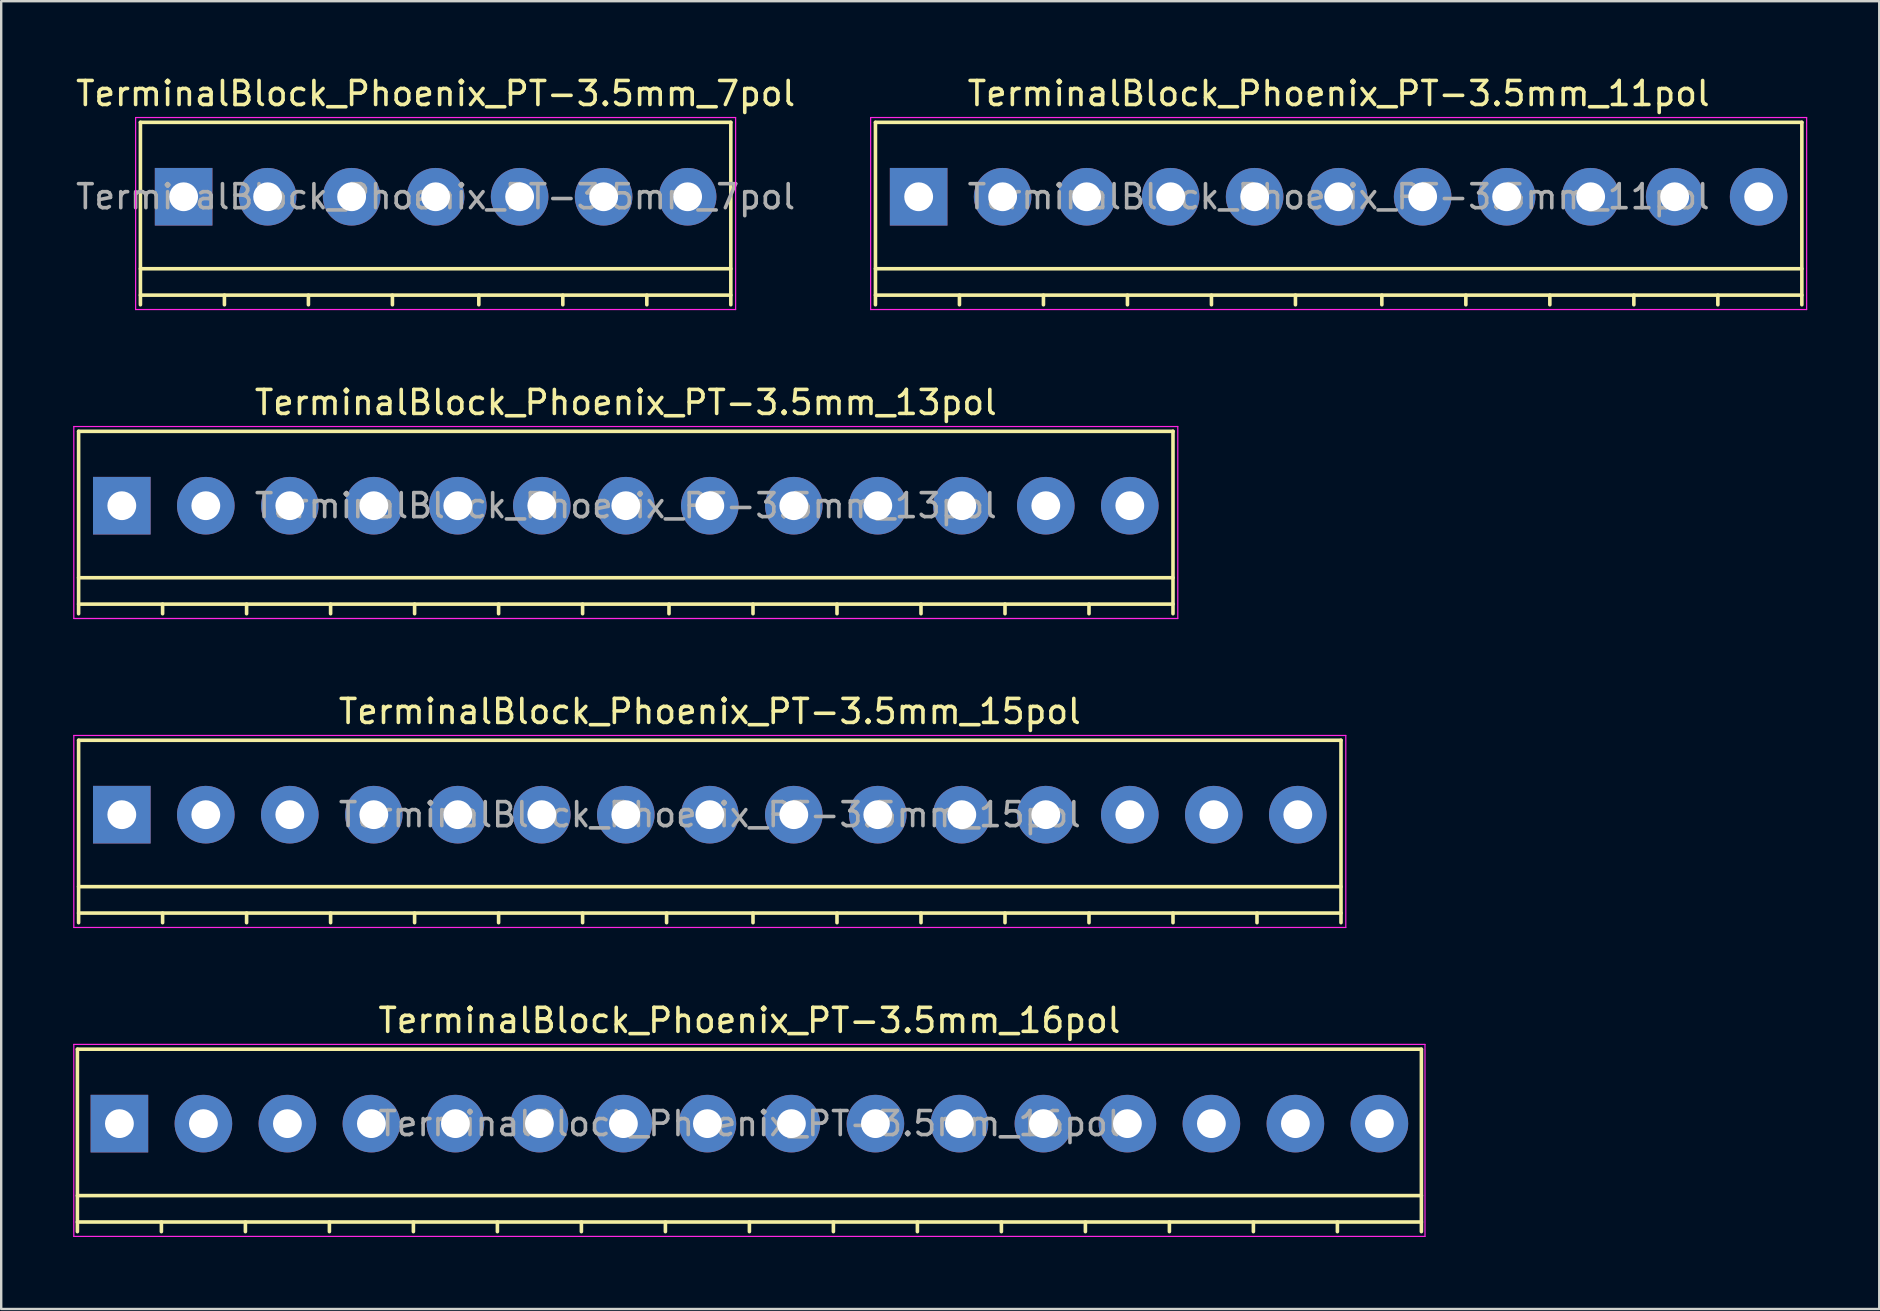
<source format=kicad_pcb>
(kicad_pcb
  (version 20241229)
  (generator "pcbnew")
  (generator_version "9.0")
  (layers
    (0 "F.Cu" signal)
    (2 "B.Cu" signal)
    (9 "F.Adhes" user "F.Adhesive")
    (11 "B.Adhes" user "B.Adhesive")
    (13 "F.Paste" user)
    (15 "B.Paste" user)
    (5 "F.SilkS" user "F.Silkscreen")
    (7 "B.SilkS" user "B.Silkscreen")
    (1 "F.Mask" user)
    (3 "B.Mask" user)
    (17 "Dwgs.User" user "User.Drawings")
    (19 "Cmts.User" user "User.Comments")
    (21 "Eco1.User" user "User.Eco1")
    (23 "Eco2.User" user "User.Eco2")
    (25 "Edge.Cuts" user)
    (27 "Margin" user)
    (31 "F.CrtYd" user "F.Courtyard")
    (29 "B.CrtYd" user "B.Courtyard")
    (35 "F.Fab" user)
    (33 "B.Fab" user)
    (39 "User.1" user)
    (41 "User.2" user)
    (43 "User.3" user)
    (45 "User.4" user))
  (footprint "TerminalBlock_Phoenix_PT-3.5mm_13pol"
    (layer "F.Cu")
    (at 2.025 18.021)
    (property "Reference" "TerminalBlock_Phoenix_PT-3.5mm_13pol" (at 21 -4.3 0) (layer "F.SilkS") (effects (font (size 1 1) (thickness 0.15))))
    (attr through_hole)
    (fp_line (start -1.8 -3.1) (end -1.8 4.5) (stroke (width 0.15) (type solid)) (layer "F.SilkS"))
    (fp_line (start -1.8 3) (end 43.8 3) (stroke (width 0.15) (type solid)) (layer "F.SilkS"))
    (fp_line (start -1.8 4.1) (end 43.8 4.1) (stroke (width 0.15) (type solid)) (layer "F.SilkS"))
    (fp_line (start 1.7 4.1) (end 1.7 4.5) (stroke (width 0.15) (type solid)) (layer "F.SilkS"))
    (fp_line (start 5.2 4.1) (end 5.2 4.5) (stroke (width 0.15) (type solid)) (layer "F.SilkS"))
    (fp_line (start 8.7 4.1) (end 8.7 4.5) (stroke (width 0.15) (type solid)) (layer "F.SilkS"))
    (fp_line (start 12.2 4.1) (end 12.2 4.5) (stroke (width 0.15) (type solid)) (layer "F.SilkS"))
    (fp_line (start 15.7 4.1) (end 15.7 4.5) (stroke (width 0.15) (type solid)) (layer "F.SilkS"))
    (fp_line (start 19.2 4.1) (end 19.2 4.5) (stroke (width 0.15) (type solid)) (layer "F.SilkS"))
    (fp_line (start 22.8 4.1) (end 22.8 4.5) (stroke (width 0.15) (type solid)) (layer "F.SilkS"))
    (fp_line (start 26.3 4.1) (end 26.3 4.5) (stroke (width 0.15) (type solid)) (layer "F.SilkS"))
    (fp_line (start 29.8 4.1) (end 29.8 4.5) (stroke (width 0.15) (type solid)) (layer "F.SilkS"))
    (fp_line (start 33.3 4.1) (end 33.3 4.5) (stroke (width 0.15) (type solid)) (layer "F.SilkS"))
    (fp_line (start 36.8 4.1) (end 36.8 4.5) (stroke (width 0.15) (type solid)) (layer "F.SilkS"))
    (fp_line (start 40.3 4.1) (end 40.3 4.5) (stroke (width 0.15) (type solid)) (layer "F.SilkS"))
    (fp_line (start 43.8 -3.1) (end -1.8 -3.1) (stroke (width 0.15) (type solid)) (layer "F.SilkS"))
    (fp_line (start 43.8 4.5) (end 43.8 -3.1) (stroke (width 0.15) (type solid)) (layer "F.SilkS"))
    (fp_line (start -2 -3.3) (end 44 -3.3) (stroke (width 0.05) (type solid)) (layer "F.CrtYd"))
    (fp_line (start -2 4.7) (end -2 -3.3) (stroke (width 0.05) (type solid)) (layer "F.CrtYd"))
    (fp_line (start 44 -3.3) (end 44 4.7) (stroke (width 0.05) (type solid)) (layer "F.CrtYd"))
    (fp_line (start 44 4.7) (end -2 4.7) (stroke (width 0.05) (type solid)) (layer "F.CrtYd"))
    (fp_text user "${REFERENCE}" (at 21 0 0) (layer "F.Fab") (effects (font (size 1 1) (thickness 0.15))))
    (pad "1" thru_hole rect (at 0 0 180) (size 2.4 2.4) (drill 1.2) (layers "*.Cu" "*.Mask"))
    (pad "2" thru_hole circle (at 3.5 0 180) (size 2.4 2.4) (drill 1.2) (layers "*.Cu" "*.Mask"))
    (pad "3" thru_hole circle (at 7 0 180) (size 2.4 2.4) (drill 1.2) (layers "*.Cu" "*.Mask"))
    (pad "4" thru_hole circle (at 10.5 0 180) (size 2.4 2.4) (drill 1.2) (layers "*.Cu" "*.Mask"))
    (pad "5" thru_hole circle (at 14 0 180) (size 2.4 2.4) (drill 1.2) (layers "*.Cu" "*.Mask"))
    (pad "6" thru_hole circle (at 17.5 0 180) (size 2.4 2.4) (drill 1.2) (layers "*.Cu" "*.Mask"))
    (pad "7" thru_hole circle (at 21 0 180) (size 2.4 2.4) (drill 1.2) (layers "*.Cu" "*.Mask"))
    (pad "8" thru_hole circle (at 24.5 0 180) (size 2.4 2.4) (drill 1.2) (layers "*.Cu" "*.Mask"))
    (pad "9" thru_hole circle (at 28 0 180) (size 2.4 2.4) (drill 1.2) (layers "*.Cu" "*.Mask"))
    (pad "10" thru_hole circle (at 31.5 0 180) (size 2.4 2.4) (drill 1.2) (layers "*.Cu" "*.Mask"))
    (pad "11" thru_hole circle (at 35 0 180) (size 2.4 2.4) (drill 1.2) (layers "*.Cu" "*.Mask"))
    (pad "12" thru_hole circle (at 38.5 0 180) (size 2.4 2.4) (drill 1.2) (layers "*.Cu" "*.Mask"))
    (pad "13" thru_hole circle (at 42 0 180) (size 2.4 2.4) (drill 1.2) (layers "*.Cu" "*.Mask")))
  (footprint "TerminalBlock_Phoenix_PT-3.5mm_15pol"
    (layer "F.Cu")
    (at 2.025 30.895)
    (property "Reference" "TerminalBlock_Phoenix_PT-3.5mm_15pol" (at 24.5 -4.3 0) (layer "F.SilkS") (effects (font (size 1 1) (thickness 0.15))))
    (attr through_hole)
    (fp_line (start -1.8 -3.1) (end -1.8 4.5) (stroke (width 0.15) (type solid)) (layer "F.SilkS"))
    (fp_line (start -1.8 3) (end 50.8 3) (stroke (width 0.15) (type solid)) (layer "F.SilkS"))
    (fp_line (start -1.8 4.1) (end 50.8 4.1) (stroke (width 0.15) (type solid)) (layer "F.SilkS"))
    (fp_line (start 1.7 4.1) (end 1.7 4.5) (stroke (width 0.15) (type solid)) (layer "F.SilkS"))
    (fp_line (start 5.2 4.1) (end 5.2 4.5) (stroke (width 0.15) (type solid)) (layer "F.SilkS"))
    (fp_line (start 8.7 4.1) (end 8.7 4.5) (stroke (width 0.15) (type solid)) (layer "F.SilkS"))
    (fp_line (start 12.2 4.1) (end 12.2 4.5) (stroke (width 0.15) (type solid)) (layer "F.SilkS"))
    (fp_line (start 15.7 4.1) (end 15.7 4.5) (stroke (width 0.15) (type solid)) (layer "F.SilkS"))
    (fp_line (start 19.2 4.1) (end 19.2 4.5) (stroke (width 0.15) (type solid)) (layer "F.SilkS"))
    (fp_line (start 22.7 4.1) (end 22.7 4.5) (stroke (width 0.15) (type solid)) (layer "F.SilkS"))
    (fp_line (start 26.3 4.1) (end 26.3 4.5) (stroke (width 0.15) (type solid)) (layer "F.SilkS"))
    (fp_line (start 29.8 4.1) (end 29.8 4.5) (stroke (width 0.15) (type solid)) (layer "F.SilkS"))
    (fp_line (start 33.3 4.1) (end 33.3 4.5) (stroke (width 0.15) (type solid)) (layer "F.SilkS"))
    (fp_line (start 36.8 4.1) (end 36.8 4.5) (stroke (width 0.15) (type solid)) (layer "F.SilkS"))
    (fp_line (start 40.3 4.1) (end 40.3 4.5) (stroke (width 0.15) (type solid)) (layer "F.SilkS"))
    (fp_line (start 43.8 4.1) (end 43.8 4.5) (stroke (width 0.15) (type solid)) (layer "F.SilkS"))
    (fp_line (start 47.3 4.1) (end 47.3 4.5) (stroke (width 0.15) (type solid)) (layer "F.SilkS"))
    (fp_line (start 50.8 -3.1) (end -1.8 -3.1) (stroke (width 0.15) (type solid)) (layer "F.SilkS"))
    (fp_line (start 50.8 4.5) (end 50.8 -3.1) (stroke (width 0.15) (type solid)) (layer "F.SilkS"))
    (fp_line (start -2 -3.3) (end 51 -3.3) (stroke (width 0.05) (type solid)) (layer "F.CrtYd"))
    (fp_line (start -2 4.7) (end -2 -3.3) (stroke (width 0.05) (type solid)) (layer "F.CrtYd"))
    (fp_line (start 51 -3.3) (end 51 4.7) (stroke (width 0.05) (type solid)) (layer "F.CrtYd"))
    (fp_line (start 51 4.7) (end -2 4.7) (stroke (width 0.05) (type solid)) (layer "F.CrtYd"))
    (fp_text user "${REFERENCE}" (at 24.5 0 0) (layer "F.Fab") (effects (font (size 1 1) (thickness 0.15))))
    (pad "1" thru_hole rect (at 0 0 180) (size 2.4 2.4) (drill 1.2) (layers "*.Cu" "*.Mask"))
    (pad "2" thru_hole circle (at 3.5 0 180) (size 2.4 2.4) (drill 1.2) (layers "*.Cu" "*.Mask"))
    (pad "3" thru_hole circle (at 7 0 180) (size 2.4 2.4) (drill 1.2) (layers "*.Cu" "*.Mask"))
    (pad "4" thru_hole circle (at 10.5 0 180) (size 2.4 2.4) (drill 1.2) (layers "*.Cu" "*.Mask"))
    (pad "5" thru_hole circle (at 14 0 180) (size 2.4 2.4) (drill 1.2) (layers "*.Cu" "*.Mask"))
    (pad "6" thru_hole circle (at 17.5 0 180) (size 2.4 2.4) (drill 1.2) (layers "*.Cu" "*.Mask"))
    (pad "7" thru_hole circle (at 21 0 180) (size 2.4 2.4) (drill 1.2) (layers "*.Cu" "*.Mask"))
    (pad "8" thru_hole circle (at 24.5 0 180) (size 2.4 2.4) (drill 1.2) (layers "*.Cu" "*.Mask"))
    (pad "9" thru_hole circle (at 28 0 180) (size 2.4 2.4) (drill 1.2) (layers "*.Cu" "*.Mask"))
    (pad "10" thru_hole circle (at 31.5 0 180) (size 2.4 2.4) (drill 1.2) (layers "*.Cu" "*.Mask"))
    (pad "11" thru_hole circle (at 35 0 180) (size 2.4 2.4) (drill 1.2) (layers "*.Cu" "*.Mask"))
    (pad "12" thru_hole circle (at 38.5 0 180) (size 2.4 2.4) (drill 1.2) (layers "*.Cu" "*.Mask"))
    (pad "13" thru_hole circle (at 42 0 180) (size 2.4 2.4) (drill 1.2) (layers "*.Cu" "*.Mask"))
    (pad "14" thru_hole circle (at 45.5 0 180) (size 2.4 2.4) (drill 1.2) (layers "*.Cu" "*.Mask"))
    (pad "15" thru_hole circle (at 49 0 180) (size 2.4 2.4) (drill 1.2) (layers "*.Cu" "*.Mask")))
  (footprint "TerminalBlock_Phoenix_PT-3.5mm_11pol"
    (layer "F.Cu")
    (at 35.227 5.148)
    (property "Reference" "TerminalBlock_Phoenix_PT-3.5mm_11pol" (at 17.5 -4.3 0) (layer "F.SilkS") (effects (font (size 1 1) (thickness 0.15))))
    (attr through_hole)
    (fp_line (start -1.8 -3.1) (end -1.8 4.5) (stroke (width 0.15) (type solid)) (layer "F.SilkS"))
    (fp_line (start -1.8 3) (end 36.8 3) (stroke (width 0.15) (type solid)) (layer "F.SilkS"))
    (fp_line (start -1.8 4.1) (end 36.8 4.1) (stroke (width 0.15) (type solid)) (layer "F.SilkS"))
    (fp_line (start 1.7 4.1) (end 1.7 4.5) (stroke (width 0.15) (type solid)) (layer "F.SilkS"))
    (fp_line (start 5.2 4.1) (end 5.2 4.5) (stroke (width 0.15) (type solid)) (layer "F.SilkS"))
    (fp_line (start 8.7 4.1) (end 8.7 4.5) (stroke (width 0.15) (type solid)) (layer "F.SilkS"))
    (fp_line (start 12.2 4.1) (end 12.2 4.5) (stroke (width 0.15) (type solid)) (layer "F.SilkS"))
    (fp_line (start 15.7 4.1) (end 15.7 4.5) (stroke (width 0.15) (type solid)) (layer "F.SilkS"))
    (fp_line (start 19.3 4.1) (end 19.3 4.5) (stroke (width 0.15) (type solid)) (layer "F.SilkS"))
    (fp_line (start 22.8 4.1) (end 22.8 4.5) (stroke (width 0.15) (type solid)) (layer "F.SilkS"))
    (fp_line (start 26.3 4.1) (end 26.3 4.5) (stroke (width 0.15) (type solid)) (layer "F.SilkS"))
    (fp_line (start 29.8 4.1) (end 29.8 4.5) (stroke (width 0.15) (type solid)) (layer "F.SilkS"))
    (fp_line (start 33.3 4.1) (end 33.3 4.5) (stroke (width 0.15) (type solid)) (layer "F.SilkS"))
    (fp_line (start 36.8 -3.1) (end -1.8 -3.1) (stroke (width 0.15) (type solid)) (layer "F.SilkS"))
    (fp_line (start 36.8 4.5) (end 36.8 -3.1) (stroke (width 0.15) (type solid)) (layer "F.SilkS"))
    (fp_line (start -2 -3.3) (end 37 -3.3) (stroke (width 0.05) (type solid)) (layer "F.CrtYd"))
    (fp_line (start -2 4.7) (end -2 -3.3) (stroke (width 0.05) (type solid)) (layer "F.CrtYd"))
    (fp_line (start 37 -3.3) (end 37 4.7) (stroke (width 0.05) (type solid)) (layer "F.CrtYd"))
    (fp_line (start 37 4.7) (end -2 4.7) (stroke (width 0.05) (type solid)) (layer "F.CrtYd"))
    (fp_text user "${REFERENCE}" (at 17.5 0 0) (layer "F.Fab") (effects (font (size 1 1) (thickness 0.15))))
    (pad "1" thru_hole rect (at 0 0 180) (size 2.4 2.4) (drill 1.2) (layers "*.Cu" "*.Mask"))
    (pad "2" thru_hole circle (at 3.5 0 180) (size 2.4 2.4) (drill 1.2) (layers "*.Cu" "*.Mask"))
    (pad "3" thru_hole circle (at 7 0 180) (size 2.4 2.4) (drill 1.2) (layers "*.Cu" "*.Mask"))
    (pad "4" thru_hole circle (at 10.5 0 180) (size 2.4 2.4) (drill 1.2) (layers "*.Cu" "*.Mask"))
    (pad "5" thru_hole circle (at 14 0 180) (size 2.4 2.4) (drill 1.2) (layers "*.Cu" "*.Mask"))
    (pad "6" thru_hole circle (at 17.5 0 180) (size 2.4 2.4) (drill 1.2) (layers "*.Cu" "*.Mask"))
    (pad "7" thru_hole circle (at 21 0 180) (size 2.4 2.4) (drill 1.2) (layers "*.Cu" "*.Mask"))
    (pad "8" thru_hole circle (at 24.5 0 180) (size 2.4 2.4) (drill 1.2) (layers "*.Cu" "*.Mask"))
    (pad "9" thru_hole circle (at 28 0 180) (size 2.4 2.4) (drill 1.2) (layers "*.Cu" "*.Mask"))
    (pad "10" thru_hole circle (at 31.5 0 180) (size 2.4 2.4) (drill 1.2) (layers "*.Cu" "*.Mask"))
    (pad "11" thru_hole circle (at 35 0 180) (size 2.4 2.4) (drill 1.2) (layers "*.Cu" "*.Mask")))
  (footprint "TerminalBlock_Phoenix_PT-3.5mm_7pol"
    (layer "F.Cu")
    (at 4.601 5.148)
    (property "Reference" "TerminalBlock_Phoenix_PT-3.5mm_7pol" (at 10.5 -4.3 0) (layer "F.SilkS") (effects (font (size 1 1) (thickness 0.15))))
    (attr through_hole)
    (fp_line (start -1.8 -3.1) (end -1.8 4.5) (stroke (width 0.15) (type solid)) (layer "F.SilkS"))
    (fp_line (start -1.8 3) (end 22.8 3) (stroke (width 0.15) (type solid)) (layer "F.SilkS"))
    (fp_line (start -1.8 4.1) (end 22.8 4.1) (stroke (width 0.15) (type solid)) (layer "F.SilkS"))
    (fp_line (start 1.7 4.1) (end 1.7 4.5) (stroke (width 0.15) (type solid)) (layer "F.SilkS"))
    (fp_line (start 5.2 4.1) (end 5.2 4.5) (stroke (width 0.15) (type solid)) (layer "F.SilkS"))
    (fp_line (start 8.7 4.1) (end 8.7 4.5) (stroke (width 0.15) (type solid)) (layer "F.SilkS"))
    (fp_line (start 12.3 4.1) (end 12.3 4.5) (stroke (width 0.15) (type solid)) (layer "F.SilkS"))
    (fp_line (start 15.8 4.1) (end 15.8 4.5) (stroke (width 0.15) (type solid)) (layer "F.SilkS"))
    (fp_line (start 19.3 4.1) (end 19.3 4.5) (stroke (width 0.15) (type solid)) (layer "F.SilkS"))
    (fp_line (start 22.8 -3.1) (end -1.8 -3.1) (stroke (width 0.15) (type solid)) (layer "F.SilkS"))
    (fp_line (start 22.8 4.5) (end 22.8 -3.1) (stroke (width 0.15) (type solid)) (layer "F.SilkS"))
    (fp_line (start -2 -3.3) (end 23 -3.3) (stroke (width 0.05) (type solid)) (layer "F.CrtYd"))
    (fp_line (start -2 4.7) (end -2 -3.3) (stroke (width 0.05) (type solid)) (layer "F.CrtYd"))
    (fp_line (start 23 -3.3) (end 23 4.7) (stroke (width 0.05) (type solid)) (layer "F.CrtYd"))
    (fp_line (start 23 4.7) (end -2 4.7) (stroke (width 0.05) (type solid)) (layer "F.CrtYd"))
    (fp_text user "${REFERENCE}" (at 10.5 0 0) (layer "F.Fab") (effects (font (size 1 1) (thickness 0.15))))
    (pad "1" thru_hole rect (at 0 0) (size 2.4 2.4) (drill 1.2) (layers "*.Cu" "*.Mask"))
    (pad "2" thru_hole circle (at 3.5 0) (size 2.4 2.4) (drill 1.2) (layers "*.Cu" "*.Mask"))
    (pad "3" thru_hole circle (at 7 0) (size 2.4 2.4) (drill 1.2) (layers "*.Cu" "*.Mask"))
    (pad "4" thru_hole circle (at 10.5 0) (size 2.4 2.4) (drill 1.2) (layers "*.Cu" "*.Mask"))
    (pad "5" thru_hole circle (at 14 0) (size 2.4 2.4) (drill 1.2) (layers "*.Cu" "*.Mask"))
    (pad "6" thru_hole circle (at 17.5 0) (size 2.4 2.4) (drill 1.2) (layers "*.Cu" "*.Mask"))
    (pad "7" thru_hole circle (at 21 0) (size 2.4 2.4) (drill 1.2) (layers "*.Cu" "*.Mask")))
  (footprint "TerminalBlock_Phoenix_PT-3.5mm_16pol"
    (layer "F.Cu")
    (at 1.925 43.768)
    (property "Reference" "TerminalBlock_Phoenix_PT-3.5mm_16pol" (at 26.25 -4.3 0) (layer "F.SilkS") (effects (font (size 1 1) (thickness 0.15))))
    (attr through_hole)
    (fp_line (start -1.75 -3.1) (end -1.75 4.5) (stroke (width 0.15) (type solid)) (layer "F.SilkS"))
    (fp_line (start -1.75 3) (end 54.25 3) (stroke (width 0.15) (type solid)) (layer "F.SilkS"))
    (fp_line (start -1.75 4.1) (end 54.25 4.1) (stroke (width 0.15) (type solid)) (layer "F.SilkS"))
    (fp_line (start 1.75 4.1) (end 1.75 4.5) (stroke (width 0.15) (type solid)) (layer "F.SilkS"))
    (fp_line (start 5.25 4.1) (end 5.25 4.5) (stroke (width 0.15) (type solid)) (layer "F.SilkS"))
    (fp_line (start 8.75 4.1) (end 8.75 4.5) (stroke (width 0.15) (type solid)) (layer "F.SilkS"))
    (fp_line (start 12.25 4.1) (end 12.25 4.5) (stroke (width 0.15) (type solid)) (layer "F.SilkS"))
    (fp_line (start 15.75 4.1) (end 15.75 4.5) (stroke (width 0.15) (type solid)) (layer "F.SilkS"))
    (fp_line (start 19.25 4.1) (end 19.25 4.5) (stroke (width 0.15) (type solid)) (layer "F.SilkS"))
    (fp_line (start 22.75 4.1) (end 22.75 4.5) (stroke (width 0.15) (type solid)) (layer "F.SilkS"))
    (fp_line (start 26.25 4.1) (end 26.25 4.5) (stroke (width 0.15) (type solid)) (layer "F.SilkS"))
    (fp_line (start 29.75 4.1) (end 29.75 4.5) (stroke (width 0.15) (type solid)) (layer "F.SilkS"))
    (fp_line (start 33.25 4.1) (end 33.25 4.5) (stroke (width 0.15) (type solid)) (layer "F.SilkS"))
    (fp_line (start 36.75 4.1) (end 36.75 4.5) (stroke (width 0.15) (type solid)) (layer "F.SilkS"))
    (fp_line (start 40.25 4.1) (end 40.25 4.5) (stroke (width 0.15) (type solid)) (layer "F.SilkS"))
    (fp_line (start 43.75 4.1) (end 43.75 4.5) (stroke (width 0.15) (type solid)) (layer "F.SilkS"))
    (fp_line (start 47.25 4.1) (end 47.25 4.5) (stroke (width 0.15) (type solid)) (layer "F.SilkS"))
    (fp_line (start 50.75 4.1) (end 50.75 4.5) (stroke (width 0.15) (type solid)) (layer "F.SilkS"))
    (fp_line (start 54.25 -3.1) (end -1.75 -3.1) (stroke (width 0.15) (type solid)) (layer "F.SilkS"))
    (fp_line (start 54.25 4.5) (end 54.25 -3.1) (stroke (width 0.15) (type solid)) (layer "F.SilkS"))
    (fp_line (start -1.9 -3.3) (end 54.4 -3.3) (stroke (width 0.05) (type solid)) (layer "F.CrtYd"))
    (fp_line (start -1.9 4.7) (end -1.9 -3.3) (stroke (width 0.05) (type solid)) (layer "F.CrtYd"))
    (fp_line (start 54.4 -3.3) (end 54.4 4.7) (stroke (width 0.05) (type solid)) (layer "F.CrtYd"))
    (fp_line (start 54.4 4.7) (end -1.9 4.7) (stroke (width 0.05) (type solid)) (layer "F.CrtYd"))
    (fp_text user "${REFERENCE}" (at 26.25 0 0) (layer "F.Fab") (effects (font (size 1 1) (thickness 0.15))))
    (pad "1" thru_hole rect (at 0 0 180) (size 2.4 2.4) (drill 1.2) (layers "*.Cu" "*.Mask"))
    (pad "2" thru_hole circle (at 3.5 0 180) (size 2.4 2.4) (drill 1.2) (layers "*.Cu" "*.Mask"))
    (pad "3" thru_hole circle (at 7 0 180) (size 2.4 2.4) (drill 1.2) (layers "*.Cu" "*.Mask"))
    (pad "4" thru_hole circle (at 10.5 0 180) (size 2.4 2.4) (drill 1.2) (layers "*.Cu" "*.Mask"))
    (pad "5" thru_hole circle (at 14 0 180) (size 2.4 2.4) (drill 1.2) (layers "*.Cu" "*.Mask"))
    (pad "6" thru_hole circle (at 17.5 0 180) (size 2.4 2.4) (drill 1.2) (layers "*.Cu" "*.Mask"))
    (pad "7" thru_hole circle (at 21 0 180) (size 2.4 2.4) (drill 1.2) (layers "*.Cu" "*.Mask"))
    (pad "8" thru_hole circle (at 24.5 0 180) (size 2.4 2.4) (drill 1.2) (layers "*.Cu" "*.Mask"))
    (pad "9" thru_hole circle (at 28 0 180) (size 2.4 2.4) (drill 1.2) (layers "*.Cu" "*.Mask"))
    (pad "10" thru_hole circle (at 31.5 0 180) (size 2.4 2.4) (drill 1.2) (layers "*.Cu" "*.Mask"))
    (pad "11" thru_hole circle (at 35 0 180) (size 2.4 2.4) (drill 1.2) (layers "*.Cu" "*.Mask"))
    (pad "12" thru_hole circle (at 38.5 0 180) (size 2.4 2.4) (drill 1.2) (layers "*.Cu" "*.Mask"))
    (pad "13" thru_hole circle (at 42 0 180) (size 2.4 2.4) (drill 1.2) (layers "*.Cu" "*.Mask"))
    (pad "14" thru_hole circle (at 45.5 0 180) (size 2.4 2.4) (drill 1.2) (layers "*.Cu" "*.Mask"))
    (pad "15" thru_hole circle (at 49 0 180) (size 2.4 2.4) (drill 1.2) (layers "*.Cu" "*.Mask"))
    (pad "16" thru_hole circle (at 52.5 0 180) (size 2.4 2.4) (drill 1.2) (layers "*.Cu" "*.Mask")))
  (gr_rect
    (start -3 -3)
    (end 75.252 51.493)
    (stroke (width 0.1) (type default))
    (fill no)
    (layer "Edge.Cuts")))
</source>
